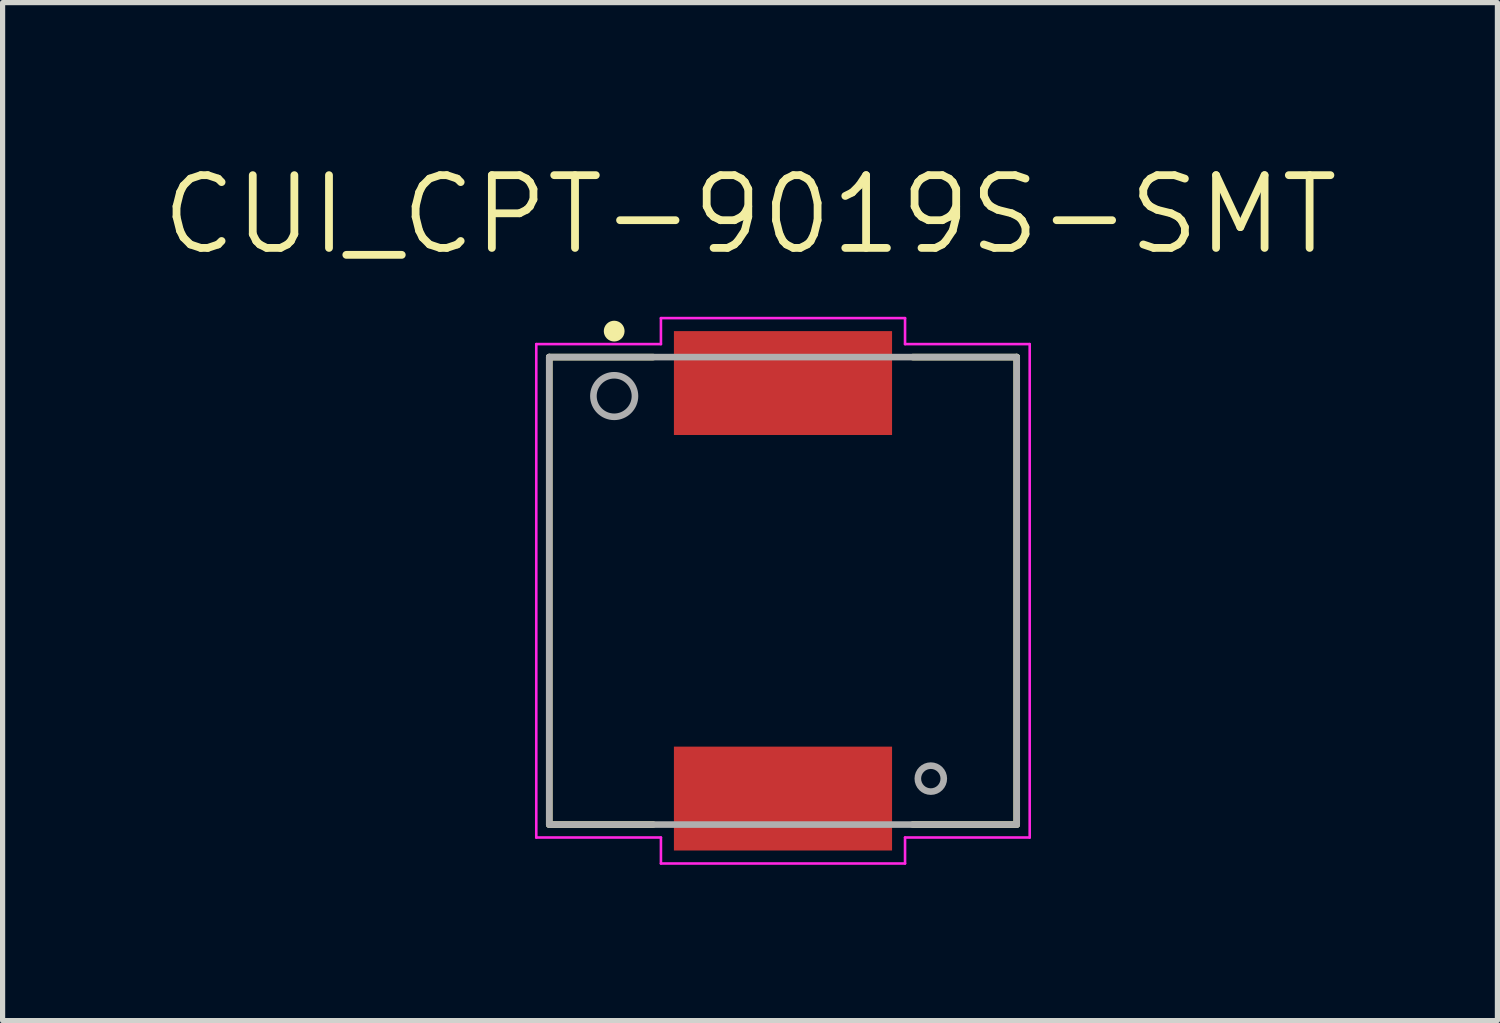
<source format=kicad_pcb>
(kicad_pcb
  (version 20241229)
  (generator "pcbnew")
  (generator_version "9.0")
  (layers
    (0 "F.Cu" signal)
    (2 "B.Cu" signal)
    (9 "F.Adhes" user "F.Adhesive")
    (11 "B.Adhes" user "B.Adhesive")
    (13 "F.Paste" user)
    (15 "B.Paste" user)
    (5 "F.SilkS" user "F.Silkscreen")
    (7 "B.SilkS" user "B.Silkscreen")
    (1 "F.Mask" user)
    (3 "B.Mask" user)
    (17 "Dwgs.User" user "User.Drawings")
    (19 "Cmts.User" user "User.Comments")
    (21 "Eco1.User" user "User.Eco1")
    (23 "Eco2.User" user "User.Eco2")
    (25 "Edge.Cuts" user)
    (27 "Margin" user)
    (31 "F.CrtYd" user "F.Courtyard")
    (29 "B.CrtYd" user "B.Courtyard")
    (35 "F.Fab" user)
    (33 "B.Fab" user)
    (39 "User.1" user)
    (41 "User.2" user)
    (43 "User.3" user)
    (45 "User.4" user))
  (footprint "CUI_CPT-9019S-SMT"
    (layer "F.Cu")
    (at 12.025 8.325)
    (property "Reference" "CUI_CPT-9019S-SMT" (at -0.635 -7.242 0) (layer "F.SilkS") (effects (font (size 1.401 1.401) (thickness 0.15))))
    (attr smd)
    (fp_line (start -4.5 -4.5) (end -4.5 4.5) (stroke (width 0.127) (type solid)) (layer "F.SilkS"))
    (fp_line (start -4.5 4.5) (end -2.5 4.5) (stroke (width 0.127) (type solid)) (layer "F.SilkS"))
    (fp_line (start -2.5 -4.5) (end -4.5 -4.5) (stroke (width 0.127) (type solid)) (layer "F.SilkS"))
    (fp_line (start 2.5 4.5) (end 4.5 4.5) (stroke (width 0.127) (type solid)) (layer "F.SilkS"))
    (fp_line (start 4.5 -4.5) (end 2.5 -4.5) (stroke (width 0.127) (type solid)) (layer "F.SilkS"))
    (fp_line (start 4.5 4.5) (end 4.5 -4.5) (stroke (width 0.127) (type solid)) (layer "F.SilkS"))
    (fp_circle (center -3.25 -5) (end -3.15 -5) (stroke (width 0.2) (type solid)) (fill no) (layer "F.SilkS"))
    (fp_line (start -4.75 -4.75) (end -2.35 -4.75) (stroke (width 0.05) (type solid)) (layer "F.CrtYd"))
    (fp_line (start -4.75 4.75) (end -4.75 -4.75) (stroke (width 0.05) (type solid)) (layer "F.CrtYd"))
    (fp_line (start -2.35 -5.25) (end 2.35 -5.25) (stroke (width 0.05) (type solid)) (layer "F.CrtYd"))
    (fp_line (start -2.35 -4.75) (end -2.35 -5.25) (stroke (width 0.05) (type solid)) (layer "F.CrtYd"))
    (fp_line (start -2.35 4.75) (end -4.75 4.75) (stroke (width 0.05) (type solid)) (layer "F.CrtYd"))
    (fp_line (start -2.35 5.25) (end -2.35 4.75) (stroke (width 0.05) (type solid)) (layer "F.CrtYd"))
    (fp_line (start 2.35 -5.25) (end 2.35 -4.75) (stroke (width 0.05) (type solid)) (layer "F.CrtYd"))
    (fp_line (start 2.35 -4.75) (end 4.75 -4.75) (stroke (width 0.05) (type solid)) (layer "F.CrtYd"))
    (fp_line (start 2.35 4.75) (end 2.35 5.25) (stroke (width 0.05) (type solid)) (layer "F.CrtYd"))
    (fp_line (start 2.35 5.25) (end -2.35 5.25) (stroke (width 0.05) (type solid)) (layer "F.CrtYd"))
    (fp_line (start 4.75 -4.75) (end 4.75 4.75) (stroke (width 0.05) (type solid)) (layer "F.CrtYd"))
    (fp_line (start 4.75 4.75) (end 2.35 4.75) (stroke (width 0.05) (type solid)) (layer "F.CrtYd"))
    (fp_line (start -4.5 -4.5) (end 4.5 -4.5) (stroke (width 0.127) (type solid)) (layer "F.Fab"))
    (fp_line (start -4.5 4.5) (end -4.5 -4.5) (stroke (width 0.127) (type solid)) (layer "F.Fab"))
    (fp_line (start 4.5 -4.5) (end 4.5 4.5) (stroke (width 0.127) (type solid)) (layer "F.Fab"))
    (fp_line (start 4.5 4.5) (end -4.5 4.5) (stroke (width 0.127) (type solid)) (layer "F.Fab"))
    (fp_circle (center -3.25 -3.75) (end -2.85 -3.75) (stroke (width 0.127) (type solid)) (fill no) (layer "F.Fab"))
    (fp_circle (center 2.846 3.616) (end 3.096 3.616) (stroke (width 0.127) (type solid)) (fill no) (layer "F.Fab"))
    (pad "1" smd rect (at 0 -4) (size 4.2 2) (layers "F.Cu" "F.Mask" "F.Paste"))
    (pad "2" smd rect (at 0 4) (size 4.2 2) (layers "F.Cu" "F.Mask" "F.Paste")))
  (gr_rect
    (start -3 -3)
    (end 25.78 16.6)
    (stroke (width 0.1) (type default))
    (fill no)
    (layer "Edge.Cuts")))
</source>
